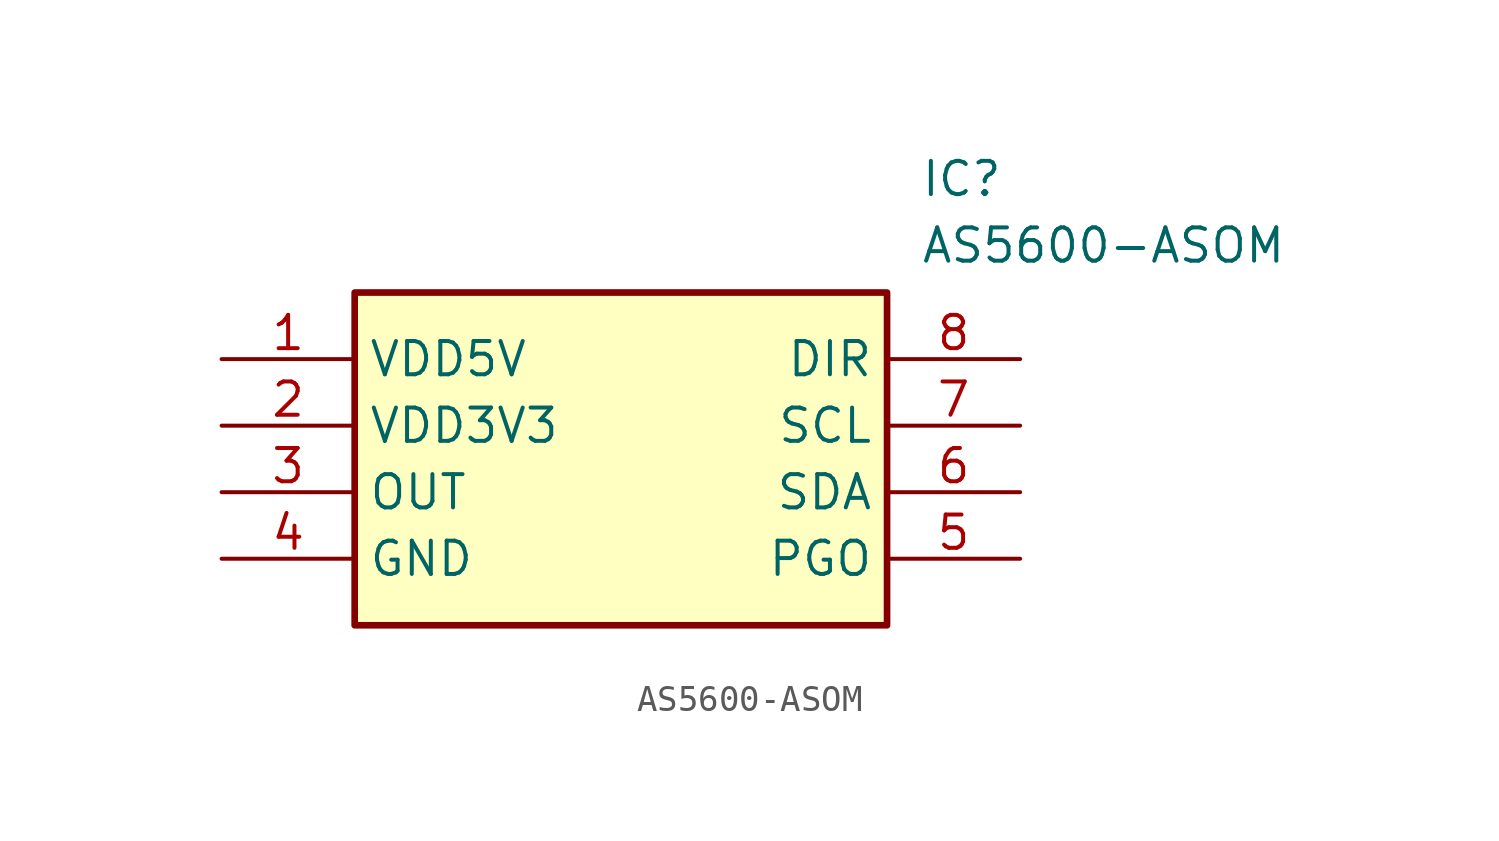
<source format=kicad_sym>
(kicad_symbol_lib
  (version 20211014)
  (generator SamacSys_ECAD_Model)
  (symbol "AS5600-ASOM"
    (property "Reference" "IC"
      (at 26.67 7.62 0)
      (effects (font (size 1.27 1.27)) (justify left top)))
    (property "Value" "AS5600-ASOM"
      (at 26.67 5.08 0)
      (effects (font (size 1.27 1.27)) (justify left top)))
    (rectangle
      (start 5.08 2.54)
      (end 25.4 -10.16)
      (stroke (width 0.254) (type default))
      (fill (type background)))
    (pin passive line
      (at 0 0 0)
      (length 5.08)
      (name "VDD5V" (effects (font (size 1.27 1.27))))
      (number "1" (effects (font (size 1.27 1.27)))))
    (pin passive line
      (at 0 -2.54 0)
      (length 5.08)
      (name "VDD3V3" (effects (font (size 1.27 1.27))))
      (number "2" (effects (font (size 1.27 1.27)))))
    (pin passive line
      (at 0 -5.08 0)
      (length 5.08)
      (name "OUT" (effects (font (size 1.27 1.27))))
      (number "3" (effects (font (size 1.27 1.27)))))
    (pin passive line
      (at 0 -7.62 0)
      (length 5.08)
      (name "GND" (effects (font (size 1.27 1.27))))
      (number "4" (effects (font (size 1.27 1.27)))))
    (pin passive line
      (at 30.48 0 180)
      (length 5.08)
      (name "DIR" (effects (font (size 1.27 1.27))))
      (number "8" (effects (font (size 1.27 1.27)))))
    (pin passive line
      (at 30.48 -2.54 180)
      (length 5.08)
      (name "SCL" (effects (font (size 1.27 1.27))))
      (number "7" (effects (font (size 1.27 1.27)))))
    (pin passive line
      (at 30.48 -5.08 180)
      (length 5.08)
      (name "SDA" (effects (font (size 1.27 1.27))))
      (number "6" (effects (font (size 1.27 1.27)))))
    (pin passive line
      (at 30.48 -7.62 180)
      (length 5.08)
      (name "PGO" (effects (font (size 1.27 1.27))))
      (number "5" (effects (font (size 1.27 1.27)))))))
</source>
